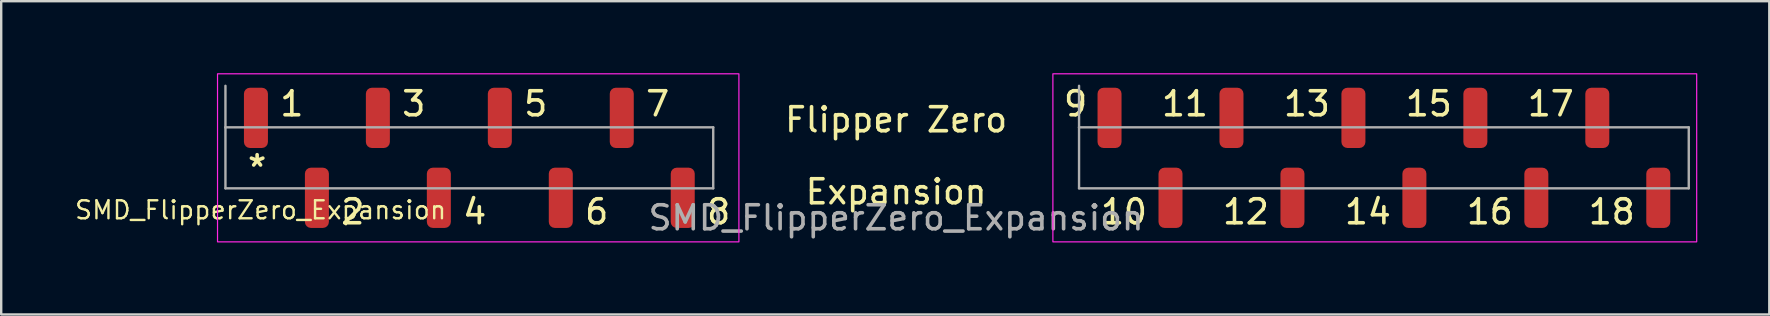
<source format=kicad_pcb>
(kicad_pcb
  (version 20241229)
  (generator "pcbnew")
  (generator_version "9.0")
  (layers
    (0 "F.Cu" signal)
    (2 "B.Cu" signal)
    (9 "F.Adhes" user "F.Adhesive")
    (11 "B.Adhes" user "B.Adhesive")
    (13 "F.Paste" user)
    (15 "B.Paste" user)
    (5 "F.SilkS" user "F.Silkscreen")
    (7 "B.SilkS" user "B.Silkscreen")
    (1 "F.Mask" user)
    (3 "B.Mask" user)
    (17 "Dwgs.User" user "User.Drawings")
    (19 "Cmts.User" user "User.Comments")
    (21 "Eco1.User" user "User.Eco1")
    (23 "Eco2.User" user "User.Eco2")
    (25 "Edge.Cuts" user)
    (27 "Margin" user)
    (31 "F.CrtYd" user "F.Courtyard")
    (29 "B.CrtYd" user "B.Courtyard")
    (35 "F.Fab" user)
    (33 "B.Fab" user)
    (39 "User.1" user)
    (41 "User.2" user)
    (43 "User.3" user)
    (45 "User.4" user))
  (footprint "SMD_FlipperZero_Expansion"
    (layer "F.Cu")
    (at 34.282 3.525)
    (property "Reference" "SMD_FlipperZero_Expansion" (at -26.475 2.175 0) (unlocked yes) (layer "F.SilkS") (effects (font (size 0.75 0.75) (thickness 0.1))))
    (attr smd)
    (fp_rect (start -28.27 -3.5) (end -6.55 3.5) (stroke (width 0.05) (type default)) (fill no) (layer "F.CrtYd"))
    (fp_rect (start 6.53 -3.5) (end 33.35 3.5) (stroke (width 0.05) (type default)) (fill no) (layer "F.CrtYd"))
    (fp_line (start -27.94 -1.27) (end -27.94 -3) (stroke (width 0.1) (type default)) (layer "F.Fab"))
    (fp_line (start -27.94 -1.27) (end -27.94 1.27) (stroke (width 0.1) (type default)) (layer "F.Fab"))
    (fp_line (start -27.94 1.27) (end -7.62 1.27) (stroke (width 0.1) (type default)) (layer "F.Fab"))
    (fp_line (start -7.62 -1.27) (end -27.94 -1.27) (stroke (width 0.1) (type default)) (layer "F.Fab"))
    (fp_line (start -7.62 1.27) (end -7.62 -1.27) (stroke (width 0.1) (type default)) (layer "F.Fab"))
    (fp_line (start 7.62 -3) (end 7.62 -1.27) (stroke (width 0.1) (type default)) (layer "F.Fab"))
    (fp_line (start 7.62 -1.27) (end 33.02 -1.27) (stroke (width 0.1) (type default)) (layer "F.Fab"))
    (fp_line (start 7.62 1.27) (end 7.62 -1.27) (stroke (width 0.1) (type default)) (layer "F.Fab"))
    (fp_line (start 33.02 -1.27) (end 33.02 1.27) (stroke (width 0.1) (type default)) (layer "F.Fab"))
    (fp_line (start 33.02 1.27) (end 7.62 1.27) (stroke (width 0.1) (type default)) (layer "F.Fab"))
    (fp_text user "9" (at 6.9 -2.25 0) (unlocked yes) (layer "F.SilkS") (effects (font (size 1 1) (thickness 0.15)) (justify left)))
    (fp_text user "3" (at -20.67 -2.25 0) (unlocked yes) (layer "F.SilkS") (effects (font (size 1 1) (thickness 0.15)) (justify left)))
    (fp_text user "16" (at 23.68 2.25 0) (unlocked yes) (layer "F.SilkS") (effects (font (size 1 1) (thickness 0.15)) (justify left)))
    (fp_text user "13" (at 16.06 -2.25 0) (unlocked yes) (layer "F.SilkS") (effects (font (size 1 1) (thickness 0.15)) (justify left)))
    (fp_text user "17" (at 26.22 -2.25 0) (unlocked yes) (layer "F.SilkS") (effects (font (size 1 1) (thickness 0.15)) (justify left)))
    (fp_text user "Expansion" (at 0 2 0) (unlocked yes) (layer "F.SilkS") (effects (font (size 1 1) (thickness 0.15)) (justify bottom)))
    (fp_text user "4" (at -18.13 2.25 0) (unlocked yes) (layer "F.SilkS") (effects (font (size 1 1) (thickness 0.15)) (justify left)))
    (fp_text user "2" (at -23.21 2.25 0) (unlocked yes) (layer "F.SilkS") (effects (font (size 1 1) (thickness 0.15)) (justify left)))
    (fp_text user "18" (at 28.76 2.25 0) (unlocked yes) (layer "F.SilkS") (effects (font (size 1 1) (thickness 0.15)) (justify left)))
    (fp_text user "6" (at -13.05 2.25 0) (unlocked yes) (layer "F.SilkS") (effects (font (size 1 1) (thickness 0.15)) (justify left)))
    (fp_text user "*" (at -27.1 1 0) (unlocked yes) (layer "F.SilkS") (effects (font (size 1 1) (thickness 0.15)) (justify left bottom)))
    (fp_text user "7" (at -10.51 -2.25 0) (unlocked yes) (layer "F.SilkS") (effects (font (size 1 1) (thickness 0.15)) (justify left)))
    (fp_text user "8" (at -7.97 2.25 0) (unlocked yes) (layer "F.SilkS") (effects (font (size 1 1) (thickness 0.15)) (justify left)))
    (fp_text user "12" (at 13.52 2.25 0) (unlocked yes) (layer "F.SilkS") (effects (font (size 1 1) (thickness 0.15)) (justify left)))
    (fp_text user "1" (at -25.75 -2.25 0) (unlocked yes) (layer "F.SilkS") (effects (font (size 1 1) (thickness 0.15)) (justify left)))
    (fp_text user "15" (at 21.14 -2.25 0) (unlocked yes) (layer "F.SilkS") (effects (font (size 1 1) (thickness 0.15)) (justify left)))
    (fp_text user "11" (at 10.98 -2.25 0) (unlocked yes) (layer "F.SilkS") (effects (font (size 1 1) (thickness 0.15)) (justify left)))
    (fp_text user "Flipper Zero" (at 0 -1 0) (unlocked yes) (layer "F.SilkS") (effects (font (size 1 1) (thickness 0.15)) (justify bottom)))
    (fp_text user "14" (at 18.6 2.25 0) (unlocked yes) (layer "F.SilkS") (effects (font (size 1 1) (thickness 0.15)) (justify left)))
    (fp_text user "5" (at -15.59 -2.25 0) (unlocked yes) (layer "F.SilkS") (effects (font (size 1 1) (thickness 0.15)) (justify left)))
    (fp_text user "10" (at 8.44 2.25 0) (unlocked yes) (layer "F.SilkS") (effects (font (size 1 1) (thickness 0.15)) (justify left)))
    (fp_text user "${REFERENCE}" (at 0 2.5 0) (unlocked yes) (layer "F.Fab") (effects (font (size 1 1) (thickness 0.15))))
    (pad "1" smd roundrect (at -26.67 -1.665) (size 1 2.51) (layers "F.Cu" "F.Mask" "F.Paste") (roundrect_rratio 0.25))
    (pad "2" smd roundrect (at -24.13 1.665) (size 1 2.51) (layers "F.Cu" "F.Mask" "F.Paste") (roundrect_rratio 0.25))
    (pad "3" smd roundrect (at -21.59 -1.665) (size 1 2.51) (layers "F.Cu" "F.Mask" "F.Paste") (roundrect_rratio 0.25))
    (pad "4" smd roundrect (at -19.05 1.665) (size 1 2.51) (layers "F.Cu" "F.Mask" "F.Paste") (roundrect_rratio 0.25))
    (pad "5" smd roundrect (at -16.51 -1.665) (size 1 2.51) (layers "F.Cu" "F.Mask" "F.Paste") (roundrect_rratio 0.25))
    (pad "6" smd roundrect (at -13.97 1.665) (size 1 2.51) (layers "F.Cu" "F.Mask" "F.Paste") (roundrect_rratio 0.25))
    (pad "7" smd roundrect (at -11.43 -1.665) (size 1 2.51) (layers "F.Cu" "F.Mask" "F.Paste") (roundrect_rratio 0.25))
    (pad "8" smd roundrect (at -8.89 1.665) (size 1 2.51) (layers "F.Cu" "F.Mask" "F.Paste") (roundrect_rratio 0.25))
    (pad "9" smd roundrect (at 8.89 -1.665) (size 1 2.51) (layers "F.Cu" "F.Mask" "F.Paste") (roundrect_rratio 0.25))
    (pad "10" smd roundrect (at 11.43 1.665) (size 1 2.51) (layers "F.Cu" "F.Mask" "F.Paste") (roundrect_rratio 0.25))
    (pad "11" smd roundrect (at 13.97 -1.665) (size 1 2.51) (layers "F.Cu" "F.Mask" "F.Paste") (roundrect_rratio 0.25))
    (pad "12" smd roundrect (at 16.51 1.665) (size 1 2.51) (layers "F.Cu" "F.Mask" "F.Paste") (roundrect_rratio 0.25))
    (pad "13" smd roundrect (at 19.05 -1.665) (size 1 2.51) (layers "F.Cu" "F.Mask" "F.Paste") (roundrect_rratio 0.25))
    (pad "14" smd roundrect (at 21.59 1.665) (size 1 2.51) (layers "F.Cu" "F.Mask" "F.Paste") (roundrect_rratio 0.25))
    (pad "15" smd roundrect (at 24.13 -1.665) (size 1 2.51) (layers "F.Cu" "F.Mask" "F.Paste") (roundrect_rratio 0.25))
    (pad "16" smd roundrect (at 26.67 1.665) (size 1 2.51) (layers "F.Cu" "F.Mask" "F.Paste") (roundrect_rratio 0.25))
    (pad "17" smd roundrect (at 29.21 -1.665) (size 1 2.51) (layers "F.Cu" "F.Mask" "F.Paste") (roundrect_rratio 0.25))
    (pad "18" smd roundrect (at 31.75 1.665) (size 1 2.51) (layers "F.Cu" "F.Mask" "F.Paste") (roundrect_rratio 0.25)))
  (gr_rect
    (start -3 -3)
    (end 70.657 10.05)
    (stroke (width 0.1) (type default))
    (fill no)
    (layer "Edge.Cuts")))
</source>
